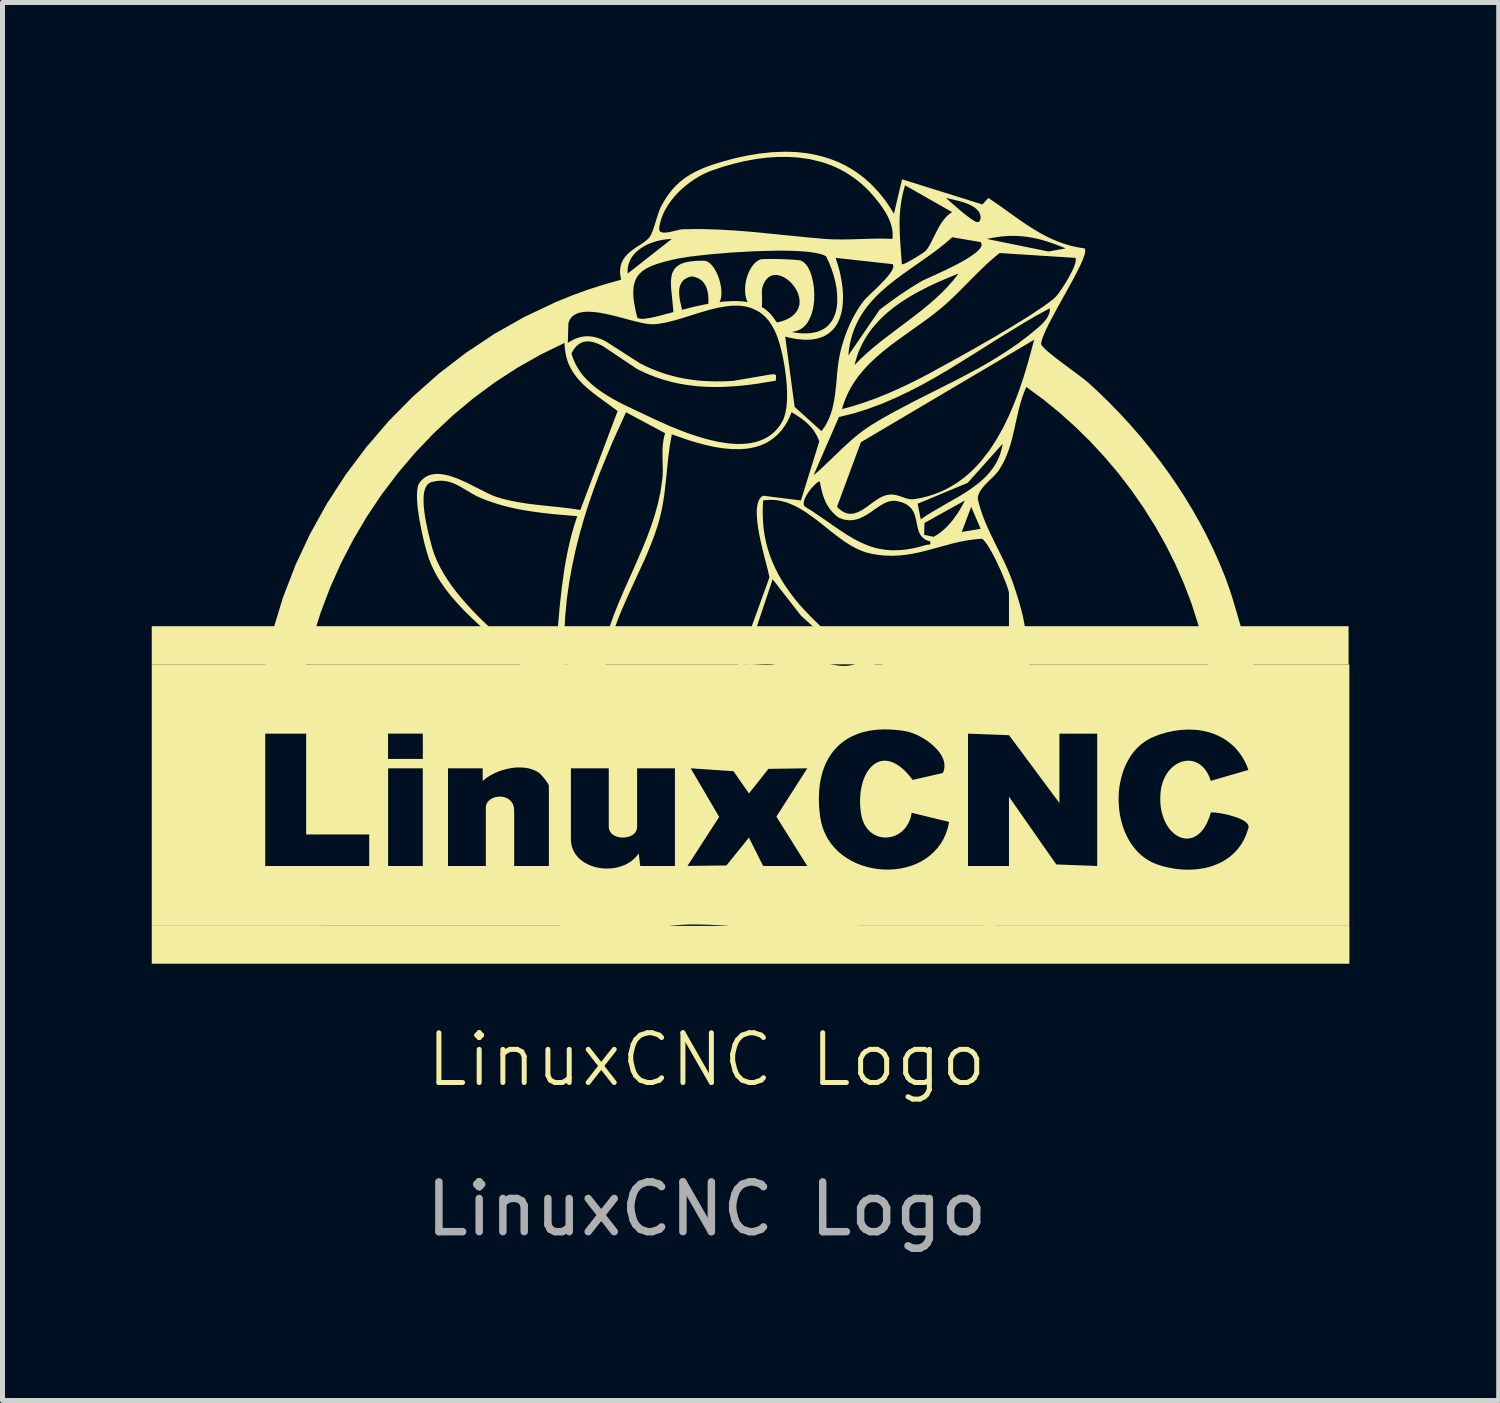
<source format=kicad_pcb>
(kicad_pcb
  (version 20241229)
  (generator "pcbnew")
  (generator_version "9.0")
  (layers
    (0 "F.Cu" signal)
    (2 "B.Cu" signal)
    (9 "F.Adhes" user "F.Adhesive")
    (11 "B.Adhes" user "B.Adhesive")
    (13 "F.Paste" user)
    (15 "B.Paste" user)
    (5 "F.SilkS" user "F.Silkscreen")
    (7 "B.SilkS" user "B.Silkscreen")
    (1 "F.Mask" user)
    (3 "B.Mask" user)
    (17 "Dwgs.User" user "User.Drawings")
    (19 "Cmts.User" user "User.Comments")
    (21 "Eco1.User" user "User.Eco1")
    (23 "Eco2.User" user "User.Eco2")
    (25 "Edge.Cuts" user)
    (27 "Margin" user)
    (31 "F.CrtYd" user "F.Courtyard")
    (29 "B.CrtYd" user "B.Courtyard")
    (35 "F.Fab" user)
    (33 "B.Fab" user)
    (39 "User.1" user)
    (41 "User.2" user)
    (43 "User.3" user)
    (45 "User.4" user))
  (footprint "LinuxCNC Logo"
    (layer "F.Cu")
    (at 11.103 9.811)
    (property "Reference" "LinuxCNC Logo" (at 0.05 8.44 0) (unlocked yes) (layer "F.SilkS") (effects (font (size 1 1) (thickness 0.1))))
    (attr exclude_from_pos_files exclude_from_bom)
    (fp_rect (start -11.103 -0.274) (end 12.953 0.492) (stroke (width 0.001) (type solid)) (fill yes) (layer "F.SilkS"))
    (fp_rect (start -11.103 5.749) (end 12.97 6.51) (stroke (width 0.001) (type solid)) (fill yes) (layer "F.SilkS"))
    (fp_poly (pts (xy 0 -7.62) (xy 0.028 -7.617) (xy 0.055 -7.608) (xy 0.082 -7.594) (xy 0.109 -7.575) (xy 0.134 -7.552) (xy 0.159 -7.525) (xy 0.183 -7.494) (xy 0.206 -7.461) (xy 0.228 -7.424) (xy 0.248 -7.385) (xy 0.267 -7.344) (xy 0.284 -7.301) (xy 0.299 -7.257) (xy 0.313 -7.212) (xy 0.324 -7.167) (xy 0.334 -7.121) (xy 0.341 -7.076) (xy 0.345 -7.031) (xy 0.347 -6.987) (xy 0.347 -6.945) (xy 0.343 -6.904) (xy 0.337 -6.866) (xy 0.327 -6.83) (xy 0.314 -6.797) (xy 0.298 -6.768) (xy 0.279 -6.742) (xy 0.255 -6.72) (xy 0.228 -6.703) (xy 0.197 -6.69) (xy 0.163 -6.683) (xy 0.124 -6.681) (xy 0.08 -6.685) (xy 0.08 -6.685) (xy 0.084 -6.738) (xy 0.086 -6.791) (xy 0.086 -6.843) (xy 0.084 -6.895) (xy 0.082 -6.921) (xy 0.079 -6.946) (xy 0.075 -6.971) (xy 0.07 -6.996) (xy 0.065 -7.019) (xy 0.058 -7.043) (xy 0.051 -7.066) (xy 0.043 -7.088) (xy 0.033 -7.109) (xy 0.023 -7.13) (xy 0.011 -7.149) (xy -0.001 -7.168) (xy -0.015 -7.186) (xy -0.03 -7.203) (xy -0.047 -7.219) (xy -0.064 -7.234) (xy -0.083 -7.247) (xy -0.104 -7.26) (xy -0.126 -7.271) (xy -0.149 -7.28) (xy -0.174 -7.289) (xy -0.2 -7.296) (xy -0.228 -7.301) (xy -0.258 -7.305) (xy -0.291 -7.296) (xy -0.321 -7.285) (xy -0.348 -7.273) (xy -0.373 -7.26) (xy -0.395 -7.245) (xy -0.414 -7.228) (xy -0.432 -7.21) (xy -0.447 -7.191) (xy -0.46 -7.171) (xy -0.471 -7.15) (xy -0.48 -7.127) (xy -0.488 -7.104) (xy -0.494 -7.08) (xy -0.498 -7.055) (xy -0.501 -7.029) (xy -0.502 -7.003) (xy -0.501 -6.949) (xy -0.496 -6.893) (xy -0.488 -6.836) (xy -0.477 -6.779) (xy -0.427 -6.559) (xy -0.616 -6.558) (xy -0.625 -6.679) (xy -0.636 -6.793) (xy -0.658 -7.004) (xy -0.665 -7.099) (xy -0.667 -7.187) (xy -0.665 -7.229) (xy -0.662 -7.268) (xy -0.656 -7.306) (xy -0.648 -7.342) (xy -0.638 -7.376) (xy -0.624 -7.407) (xy -0.607 -7.437) (xy -0.587 -7.465) (xy -0.564 -7.49) (xy -0.536 -7.513) (xy -0.505 -7.535) (xy -0.469 -7.554) (xy -0.429 -7.57) (xy -0.384 -7.585) (xy -0.333 -7.596) (xy -0.278 -7.606) (xy -0.217 -7.613) (xy -0.151 -7.618) (xy -0.079 -7.62)) (stroke (width -0.000001) (type solid)) (fill yes) (layer "F.SilkS"))
    (fp_poly (pts (xy 1.532 -7.653) (xy 1.67 -7.648) (xy 1.794 -7.641) (xy 1.888 -7.633) (xy 1.92 -7.629) (xy 1.938 -7.625) (xy 1.968 -7.612) (xy 1.997 -7.593) (xy 2.024 -7.57) (xy 2.05 -7.541) (xy 2.074 -7.509) (xy 2.096 -7.472) (xy 2.116 -7.431) (xy 2.135 -7.387) (xy 2.152 -7.34) (xy 2.167 -7.291) (xy 2.191 -7.185) (xy 2.207 -7.073) (xy 2.214 -6.957) (xy 2.212 -6.84) (xy 2.2 -6.725) (xy 2.19 -6.669) (xy 2.178 -6.614) (xy 2.163 -6.561) (xy 2.145 -6.511) (xy 2.125 -6.463) (xy 2.102 -6.418) (xy 2.076 -6.376) (xy 2.047 -6.337) (xy 2.015 -6.303) (xy 1.98 -6.273) (xy 1.942 -6.247) (xy 1.901 -6.226) (xy 1.881 -6.219) (xy 1.859 -6.211) (xy 1.833 -6.203) (xy 1.806 -6.196) (xy 1.777 -6.189) (xy 1.747 -6.183) (xy 1.717 -6.178) (xy 1.686 -6.173) (xy 1.655 -6.17) (xy 1.625 -6.168) (xy 1.596 -6.167) (xy 1.569 -6.168) (xy 1.544 -6.17) (xy 1.521 -6.175) (xy 1.51 -6.177) (xy 1.501 -6.181) (xy 1.492 -6.185) (xy 1.484 -6.19) (xy 1.485 -6.19) (xy 1.483 -6.191) (xy 1.482 -6.193) (xy 1.479 -6.198) (xy 1.475 -6.206) (xy 1.471 -6.215) (xy 1.462 -6.239) (xy 1.452 -6.266) (xy 1.441 -6.295) (xy 1.431 -6.323) (xy 1.42 -6.348) (xy 1.415 -6.359) (xy 1.41 -6.368) (xy 1.513 -6.39) (xy 1.603 -6.418) (xy 1.68 -6.451) (xy 1.745 -6.489) (xy 1.799 -6.531) (xy 1.842 -6.577) (xy 1.875 -6.626) (xy 1.898 -6.676) (xy 1.913 -6.729) (xy 1.919 -6.783) (xy 1.917 -6.837) (xy 1.908 -6.891) (xy 1.893 -6.945) (xy 1.872 -6.998) (xy 1.845 -7.049) (xy 1.814 -7.097) (xy 1.779 -7.143) (xy 1.74 -7.185) (xy 1.699 -7.223) (xy 1.655 -7.257) (xy 1.609 -7.285) (xy 1.562 -7.307) (xy 1.515 -7.323) (xy 1.468 -7.333) (xy 1.422 -7.334) (xy 1.377 -7.327) (xy 1.334 -7.312) (xy 1.294 -7.287) (xy 1.257 -7.253) (xy 1.223 -7.208) (xy 1.194 -7.151) (xy 1.17 -7.084) (xy 1.167 -7.071) (xy 1.165 -7.057) (xy 1.162 -7.026) (xy 1.161 -6.99) (xy 1.161 -6.952) (xy 1.164 -6.871) (xy 1.165 -6.829) (xy 1.165 -6.789) (xy 1.164 -6.751) (xy 1.161 -6.716) (xy 1.158 -6.7) (xy 1.155 -6.685) (xy 1.15 -6.671) (xy 1.145 -6.658) (xy 1.139 -6.648) (xy 1.132 -6.638) (xy 1.124 -6.631) (xy 1.114 -6.625) (xy 1.103 -6.621) (xy 1.091 -6.62) (xy 1.078 -6.62) (xy 1.063 -6.623) (xy 1.028 -6.636) (xy 0.995 -6.653) (xy 0.966 -6.673) (xy 0.939 -6.696) (xy 0.916 -6.723) (xy 0.895 -6.751) (xy 0.877 -6.782) (xy 0.862 -6.816) (xy 0.849 -6.851) (xy 0.839 -6.888) (xy 0.831 -6.926) (xy 0.826 -6.965) (xy 0.823 -7.006) (xy 0.823 -7.047) (xy 0.824 -7.089) (xy 0.828 -7.131) (xy 0.834 -7.173) (xy 0.841 -7.214) (xy 0.851 -7.256) (xy 0.863 -7.296) (xy 0.876 -7.336) (xy 0.891 -7.375) (xy 0.908 -7.412) (xy 0.926 -7.447) (xy 0.946 -7.481) (xy 0.968 -7.512) (xy 0.99 -7.542) (xy 1.014 -7.568) (xy 1.04 -7.592) (xy 1.066 -7.613) (xy 1.094 -7.63) (xy 1.122 -7.644) (xy 1.142 -7.648) (xy 1.174 -7.652) (xy 1.269 -7.655) (xy 1.393 -7.656)) (stroke (width -0.000001) (type solid)) (fill yes) (layer "F.SilkS"))
    (fp_poly (pts (xy 1.733 -9.81) (xy 1.852 -9.804) (xy 1.969 -9.793) (xy 2.085 -9.778) (xy 2.199 -9.758) (xy 2.312 -9.732) (xy 2.423 -9.702) (xy 2.532 -9.667) (xy 2.639 -9.627) (xy 2.744 -9.581) (xy 2.847 -9.53) (xy 2.948 -9.472) (xy 3.047 -9.41) (xy 3.143 -9.341) (xy 3.236 -9.266) (xy 3.328 -9.186) (xy 3.416 -9.098) (xy 3.502 -9.005) (xy 3.585 -8.905) (xy 3.665 -8.799) (xy 3.741 -8.685) (xy 3.815 -8.565) (xy 3.978 -9.257) (xy 5.593 -8.752) (xy 5.714 -8.882) (xy 5.944 -8.724) (xy 6.169 -8.563) (xy 6.393 -8.405) (xy 6.506 -8.329) (xy 6.621 -8.256) (xy 6.737 -8.187) (xy 6.856 -8.122) (xy 6.978 -8.062) (xy 7.103 -8.009) (xy 7.232 -7.962) (xy 7.365 -7.922) (xy 7.504 -7.891) (xy 7.648 -7.868) (xy 7.657 -7.85) (xy 7.661 -7.824) (xy 7.658 -7.792) (xy 7.65 -7.754) (xy 7.618 -7.66) (xy 7.569 -7.546) (xy 7.506 -7.417) (xy 7.432 -7.274) (xy 7.263 -6.966) (xy 7.087 -6.65) (xy 6.931 -6.356) (xy 6.867 -6.226) (xy 6.818 -6.111) (xy 6.785 -6.017) (xy 6.777 -5.978) (xy 6.774 -5.945) (xy 6.778 -5.933) (xy 6.786 -5.919) (xy 6.814 -5.885) (xy 6.855 -5.844) (xy 6.908 -5.796) (xy 6.97 -5.744) (xy 7.04 -5.688) (xy 7.194 -5.57) (xy 7.504 -5.339) (xy 7.629 -5.245) (xy 7.712 -5.178) (xy 7.93 -4.977) (xy 8.143 -4.769) (xy 8.352 -4.555) (xy 8.556 -4.333) (xy 8.755 -4.106) (xy 8.947 -3.872) (xy 9.134 -3.632) (xy 9.314 -3.388) (xy 9.487 -3.138) (xy 9.652 -2.884) (xy 9.81 -2.625) (xy 9.959 -2.363) (xy 10.1 -2.097) (xy 10.231 -1.828) (xy 10.353 -1.555) (xy 10.466 -1.281) (xy 10.546 -1.061) (xy 10.619 -0.838) (xy 10.686 -0.613) (xy 10.752 -0.388) (xy 10.817 -0.164) (xy 10.885 0.059) (xy 10.957 0.278) (xy 10.996 0.385) (xy 11.037 0.492) (xy 11.037 0.492) (xy 12.969 0.492) (xy 12.969 5.749) (xy 5.843 5.749) (xy 5.841 5.75) (xy 5.839 5.751) (xy 5.833 5.755) (xy 5.814 5.769) (xy 5.757 5.816) (xy 5.724 5.843) (xy 5.706 5.856) (xy 5.689 5.869) (xy 5.671 5.881) (xy 5.655 5.892) (xy 5.638 5.902) (xy 5.623 5.91) (xy 5.316 6.054) (xy 4.993 6.198) (xy 4.828 6.264) (xy 4.663 6.324) (xy 4.497 6.375) (xy 4.332 6.416) (xy 4.169 6.444) (xy 4.089 6.453) (xy 4.009 6.458) (xy 3.93 6.458) (xy 3.852 6.454) (xy 3.776 6.446) (xy 3.701 6.432) (xy 3.627 6.413) (xy 3.555 6.389) (xy 3.484 6.359) (xy 3.415 6.322) (xy 3.348 6.28) (xy 3.283 6.231) (xy 3.22 6.175) (xy 3.16 6.112) (xy 3.129 6.077) (xy 3.099 6.039) (xy 3.069 6) (xy 3.04 5.958) (xy 3.012 5.914) (xy 2.985 5.869) (xy 2.958 5.82) (xy 2.933 5.77) (xy 2.754 5.79) (xy 2.572 5.806) (xy 2.388 5.816) (xy 2.203 5.822) (xy 2.017 5.824) (xy 1.832 5.823) (xy 1.469 5.816) (xy 1.206 5.803) (xy 0.938 5.784) (xy 0.487 5.749) (xy 3.087 5.749) (xy 3.094 5.772) (xy 3.102 5.795) (xy 3.11 5.817) (xy 3.118 5.838) (xy 3.127 5.859) (xy 3.135 5.879) (xy 3.144 5.898) (xy 3.154 5.917) (xy 3.163 5.936) (xy 3.173 5.954) (xy 3.183 5.972) (xy 3.193 5.989) (xy 3.203 6.005) (xy 3.214 6.021) (xy 3.225 6.037) (xy 3.236 6.052) (xy 3.261 6.083) (xy 3.287 6.112) (xy 3.314 6.139) (xy 3.342 6.164) (xy 3.371 6.187) (xy 3.401 6.208) (xy 3.431 6.227) (xy 3.463 6.244) (xy 3.496 6.26) (xy 3.529 6.273) (xy 3.598 6.297) (xy 3.67 6.314) (xy 3.745 6.326) (xy 3.823 6.333) (xy 3.903 6.336) (xy 3.985 6.335) (xy 4.069 6.33) (xy 4.155 6.323) (xy 4.242 6.314) (xy 4.42 6.291) (xy 5.621 5.749) (xy 3.087 5.749) (xy 0.487 5.749) (xy 0.395 5.742) (xy 0.122 5.727) (xy -0.15 5.72) (xy -0.285 5.721) (xy -0.419 5.726) (xy -0.552 5.735) (xy -0.684 5.748) (xy -0.723 5.754) (xy -0.76 5.762) (xy -0.797 5.772) (xy -0.833 5.784) (xy -0.868 5.796) (xy -0.903 5.81) (xy -0.972 5.84) (xy -1.041 5.869) (xy -1.075 5.883) (xy -1.11 5.897) (xy -1.146 5.909) (xy -1.182 5.919) (xy -1.22 5.928) (xy -1.258 5.934) (xy -1.363 5.946) (xy -1.468 5.952) (xy -1.572 5.954) (xy -1.676 5.952) (xy -1.779 5.945) (xy -1.881 5.935) (xy -1.983 5.922) (xy -2.085 5.907) (xy -2.288 5.871) (xy -2.49 5.829) (xy -2.693 5.787) (xy -2.897 5.747) (xy -11.103 5.749) (xy -11.103 4.545) (xy -8.822 4.545) (xy -6.732 4.545) (xy -6.352 4.545) (xy -5.655 4.545) (xy -5.655 2.582) (xy -5.148 2.582) (xy -5.148 4.546) (xy -4.388 4.546) (xy -4.388 3.374) (xy -4.386 3.348) (xy -4.382 3.324) (xy -4.374 3.301) (xy -4.364 3.279) (xy -4.351 3.259) (xy -4.335 3.241) (xy -4.318 3.224) (xy -4.299 3.209) (xy -4.278 3.195) (xy -4.256 3.184) (xy -4.232 3.173) (xy -4.208 3.165) (xy -4.182 3.159) (xy -4.156 3.154) (xy -4.13 3.151) (xy -4.103 3.15) (xy -4.076 3.152) (xy -4.05 3.155) (xy -4.024 3.16) (xy -3.998 3.168) (xy -3.974 3.177) (xy -3.95 3.189) (xy -3.928 3.203) (xy -3.907 3.219) (xy -3.888 3.238) (xy -3.871 3.259) (xy -3.855 3.282) (xy -3.842 3.308) (xy -3.832 3.337) (xy -3.824 3.367) (xy -3.82 3.401) (xy -3.818 3.437) (xy -3.818 4.545) (xy -3.121 4.545) (xy -3.121 4.007) (xy -2.678 4.007) (xy -2.675 4.065) (xy -2.666 4.121) (xy -2.652 4.173) (xy -2.633 4.223) (xy -2.609 4.27) (xy -2.581 4.314) (xy -2.549 4.355) (xy -2.513 4.392) (xy -2.473 4.427) (xy -2.431 4.459) (xy -2.385 4.487) (xy -2.337 4.512) (xy -2.287 4.534) (xy -2.234 4.553) (xy -2.18 4.569) (xy -2.125 4.581) (xy -2.069 4.59) (xy -2.012 4.595) (xy -1.955 4.597) (xy -1.897 4.595) (xy -1.84 4.59) (xy -1.783 4.582) (xy -1.727 4.569) (xy -1.673 4.553) (xy -1.62 4.534) (xy -1.568 4.511) (xy -1.519 4.484) (xy -1.472 4.453) (xy -1.428 4.419) (xy -1.387 4.38) (xy -1.349 4.338) (xy -1.315 4.292) (xy -1.284 4.546) (xy -0.587 4.545) (xy -0.587 4.544) (xy -0.334 4.544) (xy 0.448 4.535) (xy 0.901 3.975) (xy 1.186 4.545) (xy 1.186 4.545) (xy 2.073 4.545) (xy 1.452 3.553) (xy 1.659 3.23) (xy 2.306 3.23) (xy 2.31 3.336) (xy 2.319 3.446) (xy 2.332 3.558) (xy 2.332 3.558) (xy 2.355 3.679) (xy 2.389 3.793) (xy 2.433 3.9) (xy 2.486 4) (xy 2.549 4.093) (xy 2.619 4.178) (xy 2.697 4.256) (xy 2.781 4.326) (xy 2.872 4.389) (xy 2.967 4.445) (xy 3.067 4.493) (xy 3.171 4.533) (xy 3.278 4.565) (xy 3.387 4.59) (xy 3.498 4.607) (xy 3.609 4.616) (xy 3.721 4.618) (xy 3.832 4.611) (xy 3.942 4.597) (xy 4.05 4.574) (xy 4.149 4.545) (xy 5.304 4.545) (xy 6.127 4.545) (xy 6.127 3.152) (xy 7.078 4.514) (xy 7.901 4.545) (xy 7.901 3.159) (xy 8.331 3.159) (xy 8.331 3.261) (xy 8.338 3.363) (xy 8.349 3.464) (xy 8.367 3.564) (xy 8.39 3.662) (xy 8.419 3.758) (xy 8.453 3.851) (xy 8.493 3.94) (xy 8.539 4.026) (xy 8.59 4.108) (xy 8.647 4.184) (xy 8.71 4.256) (xy 8.778 4.321) (xy 8.851 4.38) (xy 8.93 4.432) (xy 9.015 4.477) (xy 9.105 4.513) (xy 9.172 4.535) (xy 9.239 4.555) (xy 9.308 4.572) (xy 9.377 4.586) (xy 9.446 4.598) (xy 9.516 4.608) (xy 9.587 4.614) (xy 9.657 4.618) (xy 9.727 4.62) (xy 9.796 4.618) (xy 9.866 4.614) (xy 9.934 4.607) (xy 10.002 4.597) (xy 10.069 4.585) (xy 10.135 4.569) (xy 10.199 4.55) (xy 10.262 4.528) (xy 10.324 4.503) (xy 10.384 4.475) (xy 10.442 4.443) (xy 10.497 4.409) (xy 10.551 4.371) (xy 10.602 4.33) (xy 10.651 4.285) (xy 10.697 4.237) (xy 10.741 4.186) (xy 10.781 4.131) (xy 10.818 4.073) (xy 10.852 4.011) (xy 10.882 3.945) (xy 10.909 3.876) (xy 10.932 3.803) (xy 10.932 3.803) (xy 10.94 3.782) (xy 10.944 3.761) (xy 10.942 3.741) (xy 10.936 3.722) (xy 10.925 3.703) (xy 10.911 3.685) (xy 10.893 3.668) (xy 10.871 3.651) (xy 10.846 3.635) (xy 10.819 3.619) (xy 10.758 3.59) (xy 10.689 3.564) (xy 10.616 3.541) (xy 10.542 3.52) (xy 10.468 3.503) (xy 10.397 3.489) (xy 10.332 3.479) (xy 10.276 3.471) (xy 10.231 3.468) (xy 10.2 3.468) (xy 10.19 3.469) (xy 10.184 3.471) (xy 10.158 3.555) (xy 10.129 3.631) (xy 10.098 3.699) (xy 10.063 3.76) (xy 10.026 3.813) (xy 9.988 3.859) (xy 9.947 3.898) (xy 9.905 3.93) (xy 9.862 3.956) (xy 9.818 3.974) (xy 9.773 3.987) (xy 9.728 3.993) (xy 9.683 3.994) (xy 9.638 3.988) (xy 9.593 3.976) (xy 9.55 3.96) (xy 9.507 3.937) (xy 9.465 3.91) (xy 9.425 3.877) (xy 9.387 3.839) (xy 9.351 3.797) (xy 9.318 3.75) (xy 9.287 3.699) (xy 9.259 3.643) (xy 9.234 3.583) (xy 9.213 3.52) (xy 9.195 3.452) (xy 9.182 3.381) (xy 9.173 3.307) (xy 9.168 3.229) (xy 9.169 3.148) (xy 9.174 3.064) (xy 9.182 3.002) (xy 9.194 2.942) (xy 9.21 2.885) (xy 9.228 2.831) (xy 9.25 2.78) (xy 9.274 2.733) (xy 9.301 2.688) (xy 9.33 2.647) (xy 9.362 2.609) (xy 9.395 2.574) (xy 9.43 2.543) (xy 9.467 2.516) (xy 9.505 2.492) (xy 9.544 2.471) (xy 9.584 2.455) (xy 9.625 2.443) (xy 9.666 2.434) (xy 9.707 2.43) (xy 9.748 2.429) (xy 9.789 2.433) (xy 9.83 2.441) (xy 9.87 2.454) (xy 9.909 2.471) (xy 9.947 2.492) (xy 9.983 2.518) (xy 10.018 2.549) (xy 10.052 2.584) (xy 10.083 2.624) (xy 10.112 2.669) (xy 10.139 2.719) (xy 10.163 2.774) (xy 10.184 2.834) (xy 10.94 2.614) (xy 10.912 2.539) (xy 10.88 2.468) (xy 10.844 2.401) (xy 10.806 2.337) (xy 10.764 2.278) (xy 10.72 2.222) (xy 10.673 2.169) (xy 10.623 2.121) (xy 10.571 2.076) (xy 10.516 2.034) (xy 10.459 1.996) (xy 10.4 1.962) (xy 10.34 1.931) (xy 10.277 1.903) (xy 10.213 1.879) (xy 10.147 1.858) (xy 10.08 1.841) (xy 10.012 1.827) (xy 9.943 1.816) (xy 9.873 1.808) (xy 9.731 1.803) (xy 9.587 1.81) (xy 9.443 1.829) (xy 9.299 1.86) (xy 9.157 1.902) (xy 9.018 1.956) (xy 8.931 1.999) (xy 8.85 2.05) (xy 8.775 2.107) (xy 8.706 2.171) (xy 8.643 2.241) (xy 8.586 2.317) (xy 8.535 2.397) (xy 8.489 2.482) (xy 8.449 2.571) (xy 8.415 2.664) (xy 8.387 2.759) (xy 8.364 2.857) (xy 8.347 2.956) (xy 8.336 3.057) (xy 8.331 3.159) (xy 7.901 3.159) (xy 7.901 1.885) (xy 7.141 1.885) (xy 7.141 3.279) (xy 6.128 1.916) (xy 5.304 1.885) (xy 5.304 4.545) (xy 4.149 4.545) (xy 4.155 4.543) (xy 4.257 4.505) (xy 4.354 4.458) (xy 4.447 4.403) (xy 4.534 4.339) (xy 4.614 4.267) (xy 4.688 4.187) (xy 4.754 4.099) (xy 4.811 4.002) (xy 4.859 3.896) (xy 4.897 3.782) (xy 4.924 3.659) (xy 4.171 3.476) (xy 4.16 3.534) (xy 4.145 3.589) (xy 4.126 3.64) (xy 4.104 3.687) (xy 4.078 3.731) (xy 4.05 3.772) (xy 4.019 3.808) (xy 3.986 3.841) (xy 3.95 3.871) (xy 3.913 3.897) (xy 3.874 3.919) (xy 3.834 3.937) (xy 3.792 3.952) (xy 3.75 3.962) (xy 3.707 3.969) (xy 3.664 3.973) (xy 3.621 3.972) (xy 3.579 3.968) (xy 3.537 3.96) (xy 3.495 3.948) (xy 3.455 3.932) (xy 3.416 3.912) (xy 3.378 3.888) (xy 3.342 3.861) (xy 3.309 3.829) (xy 3.278 3.794) (xy 3.249 3.754) (xy 3.223 3.711) (xy 3.201 3.663) (xy 3.181 3.611) (xy 3.166 3.556) (xy 3.154 3.496) (xy 3.144 3.417) (xy 3.137 3.338) (xy 3.134 3.262) (xy 3.135 3.187) (xy 3.14 3.114) (xy 3.147 3.044) (xy 3.159 2.976) (xy 3.173 2.911) (xy 3.191 2.849) (xy 3.211 2.79) (xy 3.235 2.735) (xy 3.261 2.684) (xy 3.29 2.636) (xy 3.321 2.593) (xy 3.355 2.555) (xy 3.391 2.521) (xy 3.429 2.492) (xy 3.47 2.468) (xy 3.512 2.45) (xy 3.556 2.437) (xy 3.602 2.43) (xy 3.65 2.43) (xy 3.699 2.435) (xy 3.749 2.448) (xy 3.801 2.467) (xy 3.854 2.494) (xy 3.908 2.527) (xy 3.964 2.569) (xy 4.02 2.618) (xy 4.076 2.675) (xy 4.133 2.741) (xy 4.191 2.815) (xy 4.797 2.677) (xy 4.812 2.642) (xy 4.822 2.606) (xy 4.829 2.57) (xy 4.831 2.535) (xy 4.829 2.5) (xy 4.824 2.464) (xy 4.816 2.429) (xy 4.804 2.395) (xy 4.789 2.36) (xy 4.771 2.326) (xy 4.751 2.293) (xy 4.728 2.26) (xy 4.703 2.228) (xy 4.676 2.197) (xy 4.617 2.137) (xy 4.551 2.08) (xy 4.482 2.028) (xy 4.409 1.981) (xy 4.334 1.939) (xy 4.26 1.903) (xy 4.188 1.874) (xy 4.118 1.851) (xy 4.054 1.837) (xy 3.939 1.819) (xy 3.827 1.808) (xy 3.72 1.801) (xy 3.615 1.8) (xy 3.515 1.803) (xy 3.418 1.812) (xy 3.325 1.826) (xy 3.236 1.845) (xy 3.151 1.868) (xy 3.069 1.897) (xy 2.992 1.93) (xy 2.918 1.967) (xy 2.848 2.009) (xy 2.783 2.056) (xy 2.721 2.106) (xy 2.664 2.162) (xy 2.61 2.221) (xy 2.561 2.284) (xy 2.516 2.352) (xy 2.475 2.423) (xy 2.439 2.498) (xy 2.407 2.577) (xy 2.379 2.66) (xy 2.356 2.746) (xy 2.337 2.836) (xy 2.322 2.93) (xy 2.313 3.026) (xy 2.307 3.126) (xy 2.306 3.23) (xy 1.659 3.23) (xy 2.073 2.582) (xy 1.293 2.593) (xy 0.901 3.087) (xy 0.59 2.64) (xy -0.27 2.582) (xy 0.302 3.559) (xy -0.334 4.544) (xy -0.587 4.544) (xy -0.587 2.582) (xy -1.347 2.582) (xy -1.347 3.754) (xy -1.349 3.78) (xy -1.354 3.805) (xy -1.361 3.828) (xy -1.372 3.85) (xy -1.385 3.87) (xy -1.4 3.888) (xy -1.417 3.904) (xy -1.436 3.919) (xy -1.457 3.931) (xy -1.48 3.943) (xy -1.503 3.952) (xy -1.528 3.96) (xy -1.553 3.966) (xy -1.579 3.97) (xy -1.606 3.973) (xy -1.632 3.974) (xy -1.659 3.973) (xy -1.686 3.97) (xy -1.712 3.966) (xy -1.737 3.96) (xy -1.762 3.952) (xy -1.785 3.943) (xy -1.807 3.931) (xy -1.828 3.919) (xy -1.848 3.904) (xy -1.865 3.888) (xy -1.88 3.87) (xy -1.893 3.85) (xy -1.903 3.828) (xy -1.911 3.805) (xy -1.916 3.78) (xy -1.917 3.754) (xy -1.917 2.582) (xy -2.678 2.582) (xy -2.678 4.007) (xy -3.121 4.007) (xy -3.121 2.931) (xy -3.122 2.927) (xy -3.123 2.922) (xy -3.128 2.911) (xy -3.135 2.897) (xy -3.144 2.881) (xy -3.156 2.863) (xy -3.169 2.844) (xy -3.184 2.824) (xy -3.199 2.804) (xy -3.215 2.784) (xy -3.231 2.764) (xy -3.247 2.745) (xy -3.262 2.728) (xy -3.277 2.712) (xy -3.291 2.698) (xy -3.302 2.687) (xy -3.313 2.678) (xy -3.342 2.658) (xy -3.373 2.64) (xy -3.405 2.624) (xy -3.439 2.611) (xy -3.473 2.598) (xy -3.509 2.588) (xy -3.545 2.58) (xy -3.582 2.573) (xy -3.62 2.569) (xy -3.658 2.566) (xy -3.736 2.564) (xy -3.816 2.569) (xy -3.895 2.58) (xy -3.975 2.597) (xy -4.053 2.618) (xy -4.129 2.645) (xy -4.202 2.675) (xy -4.271 2.71) (xy -4.337 2.749) (xy -4.397 2.791) (xy -4.451 2.836) (xy -4.451 2.582) (xy -5.148 2.582) (xy -5.655 2.582) (xy -5.655 2.582) (xy -6.352 2.582) (xy -6.352 4.545) (xy -6.732 4.545) (xy -6.732 3.912) (xy -7.999 3.912) (xy -7.999 2.393) (xy -6.353 2.393) (xy -5.654 2.393) (xy -5.654 1.884) (xy -6.353 1.884) (xy -6.353 2.393) (xy -7.999 2.393) (xy -7.999 1.885) (xy -8.822 1.885) (xy -8.822 4.545) (xy -11.103 4.545) (xy -11.103 0.492) (xy -8.822 0.492) (xy -8.822 0.492) (xy -7.999 0.492) (xy -3.691 0.492) (xy -3.809 0.368) (xy -3.933 0.246) (xy -4.193 0.004) (xy -4.459 -0.239) (xy -4.722 -0.488) (xy -4.849 -0.615) (xy -4.971 -0.746) (xy -5.087 -0.881) (xy -5.196 -1.019) (xy -5.296 -1.163) (xy -5.342 -1.236) (xy -5.386 -1.311) (xy -5.426 -1.388) (xy -5.464 -1.466) (xy -5.499 -1.546) (xy -5.531 -1.627) (xy -5.575 -1.766) (xy -5.626 -1.956) (xy -5.677 -2.179) (xy -5.723 -2.417) (xy -5.742 -2.536) (xy -5.757 -2.651) (xy -5.767 -2.762) (xy -5.768 -2.787) (xy -5.64 -2.787) (xy -5.636 -2.689) (xy -5.625 -2.586) (xy -5.611 -2.481) (xy -5.592 -2.376) (xy -5.55 -2.176) (xy -5.507 -2.003) (xy -5.473 -1.875) (xy -5.453 -1.806) (xy -5.429 -1.737) (xy -5.403 -1.668) (xy -5.375 -1.6) (xy -5.31 -1.465) (xy -5.236 -1.332) (xy -5.153 -1.201) (xy -5.063 -1.072) (xy -4.967 -0.946) (xy -4.865 -0.822) (xy -4.759 -0.702) (xy -4.65 -0.584) (xy -4.538 -0.469) (xy -4.425 -0.358) (xy -4.199 -0.146) (xy -3.978 0.05) (xy -3.863 0.151) (xy -3.808 0.197) (xy -3.755 0.24) (xy -3.703 0.28) (xy -3.65 0.317) (xy -3.597 0.349) (xy -3.543 0.377) (xy -3.487 0.401) (xy -3.458 0.412) (xy -3.429 0.421) (xy -3.399 0.429) (xy -3.368 0.435) (xy -3.336 0.441) (xy -3.303 0.445) (xy -3.27 0.447) (xy -3.235 0.449) (xy -3.198 0.448) (xy -3.161 0.447) (xy -3.122 0.444) (xy -3.082 0.439) (xy -2.997 0.425) (xy -2.997 0.425) (xy -2.975 0.158) (xy -2.815 0.158) (xy -2.805 0.492) (xy -2.802 0.492) (xy -1.981 0.492) (xy 0.68 0.492) (xy 0.68 0.491) (xy 0.806 0.491) (xy 0.842 0.488) (xy 0.879 0.487) (xy 0.916 0.486) (xy 0.954 0.487) (xy 1.032 0.491) (xy 1.111 0.496) (xy 1.189 0.5) (xy 1.227 0.502) (xy 1.265 0.502) (xy 1.302 0.502) (xy 1.338 0.5) (xy 1.373 0.496) (xy 1.407 0.491) (xy 1.422 0.488) (xy 1.435 0.484) (xy 1.448 0.479) (xy 1.46 0.474) (xy 1.472 0.468) (xy 1.483 0.462) (xy 1.494 0.455) (xy 1.505 0.448) (xy 1.525 0.433) (xy 1.544 0.417) (xy 1.581 0.383) (xy 1.6 0.367) (xy 1.621 0.351) (xy 1.631 0.344) (xy 1.642 0.337) (xy 1.654 0.33) (xy 1.665 0.324) (xy 1.678 0.318) (xy 1.691 0.313) (xy 1.705 0.308) (xy 1.719 0.305) (xy 1.735 0.301) (xy 1.751 0.299) (xy 1.768 0.298) (xy 1.786 0.297) (xy 1.847 0.3) (xy 1.913 0.31) (xy 1.983 0.325) (xy 2.056 0.345) (xy 2.373 0.444) (xy 2.456 0.468) (xy 2.539 0.489) (xy 2.622 0.506) (xy 2.705 0.518) (xy 2.787 0.524) (xy 2.828 0.524) (xy 2.868 0.522) (xy 2.908 0.518) (xy 2.947 0.511) (xy 2.985 0.503) (xy 3.023 0.491) (xy 1.945 -0.488) (xy 1.377 -1.218) (xy 1.377 -1.218) (xy 0.806 0.491) (xy 0.68 0.491) (xy 1.313 -1.256) (xy 1.279 -1.41) (xy 1.224 -1.621) (xy 1.162 -1.87) (xy 1.132 -2.001) (xy 1.105 -2.133) (xy 1.083 -2.263) (xy 1.067 -2.389) (xy 1.059 -2.498) (xy 1.178 -2.498) (xy 1.185 -2.352) (xy 1.199 -2.21) (xy 1.221 -2.072) (xy 1.25 -1.938) (xy 1.286 -1.806) (xy 1.329 -1.677) (xy 1.379 -1.551) (xy 1.436 -1.426) (xy 1.499 -1.304) (xy 1.569 -1.183) (xy 1.646 -1.064) (xy 1.729 -0.946) (xy 1.818 -0.828) (xy 1.914 -0.711) (xy 1.914 -0.711) (xy 2.022 -0.592) (xy 2.172 -0.437) (xy 2.352 -0.261) (xy 2.549 -0.078) (xy 2.748 0.098) (xy 2.845 0.179) (xy 2.937 0.253) (xy 3.024 0.318) (xy 3.103 0.373) (xy 3.172 0.414) (xy 3.231 0.442) (xy 3.261 0.453) (xy 3.29 0.462) (xy 3.318 0.47) (xy 3.346 0.477) (xy 3.372 0.483) (xy 3.398 0.487) (xy 3.424 0.49) (xy 3.448 0.492) (xy 3.496 0.494) (xy 3.543 0.493) (xy 3.587 0.489) (xy 3.631 0.482) (xy 3.675 0.475) (xy 3.718 0.466) (xy 3.807 0.448) (xy 3.853 0.44) (xy 3.901 0.433) (xy 3.95 0.428) (xy 4.003 0.426) (xy 6.127 0.428) (xy 6.127 -0.933) (xy 6.123 -0.966) (xy 6.11 -1.015) (xy 6.089 -1.078) (xy 6.062 -1.152) (xy 5.992 -1.324) (xy 5.907 -1.513) (xy 5.862 -1.606) (xy 5.815 -1.697) (xy 5.77 -1.782) (xy 5.725 -1.858) (xy 5.683 -1.924) (xy 5.643 -1.977) (xy 5.625 -1.997) (xy 5.608 -2.014) (xy 5.592 -2.026) (xy 5.578 -2.033) (xy 5.427 -2.019) (xy 5.28 -1.998) (xy 5.138 -1.971) (xy 5 -1.939) (xy 4.467 -1.794) (xy 4.335 -1.761) (xy 4.201 -1.733) (xy 4.065 -1.711) (xy 3.926 -1.696) (xy 3.784 -1.69) (xy 3.636 -1.694) (xy 3.56 -1.701) (xy 3.483 -1.71) (xy 3.404 -1.723) (xy 3.323 -1.74) (xy 3.254 -1.758) (xy 3.186 -1.781) (xy 3.119 -1.809) (xy 3.053 -1.84) (xy 2.987 -1.875) (xy 2.922 -1.912) (xy 2.794 -1.996) (xy 2.668 -2.088) (xy 2.543 -2.186) (xy 2.293 -2.385) (xy 2.166 -2.48) (xy 2.038 -2.569) (xy 1.907 -2.649) (xy 1.84 -2.684) (xy 1.772 -2.716) (xy 1.704 -2.744) (xy 1.695 -2.747) (xy 2.002 -2.747) (xy 2.002 -2.73) (xy 2.005 -2.713) (xy 2.01 -2.698) (xy 2.018 -2.684) (xy 2.179 -2.582) (xy 2.331 -2.48) (xy 2.613 -2.284) (xy 2.747 -2.193) (xy 2.879 -2.107) (xy 3.01 -2.029) (xy 3.143 -1.96) (xy 3.278 -1.902) (xy 3.348 -1.877) (xy 3.418 -1.856) (xy 3.491 -1.837) (xy 3.565 -1.823) (xy 3.641 -1.811) (xy 3.72 -1.804) (xy 3.801 -1.801) (xy 3.885 -1.802) (xy 3.972 -1.807) (xy 4.062 -1.817) (xy 4.155 -1.832) (xy 4.253 -1.852) (xy 4.353 -1.877) (xy 4.458 -1.907) (xy 4.464 -1.908) (xy 4.47 -1.91) (xy 4.475 -1.911) (xy 4.48 -1.911) (xy 4.49 -1.912) (xy 4.5 -1.913) (xy 4.517 -1.914) (xy 4.524 -1.914) (xy 4.527 -1.915) (xy 4.53 -1.915) (xy 4.533 -1.916) (xy 4.536 -1.917) (xy 4.538 -1.919) (xy 4.54 -1.921) (xy 4.542 -1.923) (xy 4.543 -1.925) (xy 4.545 -1.928) (xy 4.546 -1.931) (xy 4.547 -1.935) (xy 4.547 -1.939) (xy 4.547 -1.944) (xy 4.547 -1.95) (xy 4.547 -1.956) (xy 4.546 -1.962) (xy 4.545 -1.97) (xy 4.543 -1.978) (xy 4.503 -1.99) (xy 4.467 -2.005) (xy 4.436 -2.022) (xy 4.409 -2.042) (xy 4.385 -2.064) (xy 4.364 -2.087) (xy 4.348 -2.111) (xy 4.423 -2.111) (xy 4.614 -2.071) (xy 4.614 -2.071) (xy 4.667 -2.103) (xy 4.717 -2.136) (xy 4.761 -2.169) (xy 5.178 -2.169) (xy 5.558 -2.232) (xy 5.368 -2.674) (xy 5.178 -2.169) (xy 4.761 -2.169) (xy 4.766 -2.173) (xy 4.813 -2.212) (xy 4.858 -2.253) (xy 4.9 -2.296) (xy 4.941 -2.341) (xy 4.981 -2.388) (xy 5.018 -2.436) (xy 5.054 -2.486) (xy 5.089 -2.536) (xy 5.122 -2.588) (xy 5.154 -2.641) (xy 5.184 -2.694) (xy 5.213 -2.747) (xy 5.241 -2.801) (xy 4.428 -2.349) (xy 4.423 -2.111) (xy 4.348 -2.111) (xy 4.347 -2.113) (xy 4.332 -2.14) (xy 4.319 -2.168) (xy 4.308 -2.197) (xy 4.299 -2.228) (xy 4.291 -2.259) (xy 4.264 -2.39) (xy 4.249 -2.455) (xy 4.24 -2.488) (xy 4.23 -2.519) (xy 4.218 -2.55) (xy 4.203 -2.58) (xy 4.186 -2.609) (xy 4.166 -2.637) (xy 4.143 -2.663) (xy 4.116 -2.688) (xy 4.086 -2.711) (xy 4.051 -2.731) (xy 4.041 -2.736) (xy 4.292 -2.736) (xy 4.354 -2.422) (xy 4.47 -2.501) (xy 4.591 -2.576) (xy 4.846 -2.724) (xy 5.04 -2.835) (xy 5.5 -2.835) (xy 5.528 -2.721) (xy 5.561 -2.61) (xy 5.598 -2.501) (xy 5.639 -2.394) (xy 5.684 -2.289) (xy 5.731 -2.184) (xy 5.83 -1.978) (xy 6.033 -1.567) (xy 6.081 -1.462) (xy 6.126 -1.357) (xy 6.169 -1.25) (xy 6.209 -1.141) (xy 6.268 -0.964) (xy 6.327 -0.775) (xy 6.381 -0.58) (xy 6.405 -0.48) (xy 6.426 -0.38) (xy 6.444 -0.28) (xy 6.459 -0.18) (xy 6.47 -0.081) (xy 6.477 0.017) (xy 6.478 0.113) (xy 6.474 0.208) (xy 6.464 0.3) (xy 6.448 0.389) (xy 6.539 0.492) (xy 10.118 0.492) (xy 10.033 0.078) (xy 9.924 -0.331) (xy 9.794 -0.736) (xy 9.642 -1.134) (xy 9.47 -1.525) (xy 9.278 -1.908) (xy 9.067 -2.282) (xy 8.839 -2.646) (xy 8.594 -2.999) (xy 8.333 -3.34) (xy 8.056 -3.668) (xy 7.766 -3.982) (xy 7.461 -4.282) (xy 7.144 -4.566) (xy 6.816 -4.833) (xy 6.476 -5.083) (xy 6.433 -4.981) (xy 6.395 -4.878) (xy 6.363 -4.773) (xy 6.333 -4.666) (xy 6.283 -4.452) (xy 6.235 -4.236) (xy 6.184 -4.022) (xy 6.154 -3.916) (xy 6.12 -3.812) (xy 6.081 -3.709) (xy 6.037 -3.608) (xy 5.986 -3.51) (xy 5.927 -3.414) (xy 5.902 -3.38) (xy 5.874 -3.347) (xy 5.843 -3.313) (xy 5.81 -3.278) (xy 5.739 -3.209) (xy 5.669 -3.139) (xy 5.635 -3.103) (xy 5.604 -3.066) (xy 5.575 -3.029) (xy 5.562 -3.01) (xy 5.55 -2.992) (xy 5.539 -2.973) (xy 5.53 -2.953) (xy 5.521 -2.934) (xy 5.514 -2.915) (xy 5.508 -2.895) (xy 5.503 -2.875) (xy 5.501 -2.855) (xy 5.5 -2.835) (xy 5.04 -2.835) (xy 5.106 -2.872) (xy 5.233 -2.95) (xy 5.356 -3.031) (xy 5.474 -3.117) (xy 5.53 -3.162) (xy 5.584 -3.209) (xy 5.636 -3.257) (xy 5.686 -3.308) (xy 5.732 -3.36) (xy 5.776 -3.414) (xy 5.817 -3.471) (xy 5.855 -3.53) (xy 5.889 -3.591) (xy 5.919 -3.655) (xy 5.946 -3.722) (xy 5.968 -3.792) (xy 5.986 -3.865) (xy 6 -3.941) (xy 5.298 -3.156) (xy 4.292 -2.736) (xy 4.041 -2.736) (xy 4.012 -2.75) (xy 3.967 -2.766) (xy 3.918 -2.78) (xy 3.863 -2.791) (xy 3.828 -2.795) (xy 3.795 -2.795) (xy 3.761 -2.791) (xy 3.728 -2.785) (xy 3.696 -2.775) (xy 3.663 -2.763) (xy 3.631 -2.748) (xy 3.598 -2.732) (xy 3.534 -2.694) (xy 3.469 -2.651) (xy 3.338 -2.559) (xy 3.27 -2.516) (xy 3.199 -2.476) (xy 3.163 -2.459) (xy 3.127 -2.443) (xy 3.089 -2.43) (xy 3.051 -2.419) (xy 3.011 -2.411) (xy 2.971 -2.406) (xy 2.93 -2.404) (xy 2.888 -2.406) (xy 2.845 -2.412) (xy 2.8 -2.421) (xy 2.755 -2.436) (xy 2.708 -2.455) (xy 2.708 -2.455) (xy 2.662 -2.489) (xy 2.621 -2.525) (xy 2.583 -2.563) (xy 2.548 -2.603) (xy 2.517 -2.643) (xy 2.496 -2.675) (xy 2.671 -2.675) (xy 2.707 -2.64) (xy 2.742 -2.61) (xy 2.777 -2.585) (xy 2.811 -2.566) (xy 2.845 -2.552) (xy 2.878 -2.541) (xy 2.911 -2.536) (xy 2.944 -2.534) (xy 2.977 -2.535) (xy 3.009 -2.541) (xy 3.041 -2.549) (xy 3.073 -2.56) (xy 3.105 -2.573) (xy 3.136 -2.589) (xy 3.168 -2.606) (xy 3.199 -2.625) (xy 3.261 -2.667) (xy 3.323 -2.712) (xy 3.385 -2.758) (xy 3.448 -2.802) (xy 3.511 -2.843) (xy 3.543 -2.86) (xy 3.575 -2.877) (xy 3.607 -2.891) (xy 3.639 -2.902) (xy 3.672 -2.911) (xy 3.705 -2.917) (xy 3.725 -2.919) (xy 3.745 -2.92) (xy 3.764 -2.921) (xy 3.782 -2.92) (xy 3.8 -2.919) (xy 3.818 -2.917) (xy 3.835 -2.914) (xy 3.852 -2.911) (xy 3.885 -2.903) (xy 3.916 -2.894) (xy 3.947 -2.884) (xy 3.978 -2.873) (xy 4.038 -2.852) (xy 4.068 -2.842) (xy 4.098 -2.835) (xy 4.129 -2.829) (xy 4.145 -2.827) (xy 4.161 -2.826) (xy 4.178 -2.825) (xy 4.195 -2.825) (xy 4.212 -2.827) (xy 4.229 -2.829) (xy 4.229 -2.829) (xy 4.369 -2.854) (xy 4.504 -2.888) (xy 4.634 -2.93) (xy 4.758 -2.979) (xy 4.876 -3.035) (xy 4.99 -3.099) (xy 5.099 -3.168) (xy 5.203 -3.244) (xy 5.303 -3.326) (xy 5.398 -3.413) (xy 5.488 -3.506) (xy 5.574 -3.603) (xy 5.735 -3.81) (xy 5.88 -4.033) (xy 6.012 -4.268) (xy 6.13 -4.513) (xy 6.237 -4.764) (xy 6.333 -5.02) (xy 6.42 -5.278) (xy 6.498 -5.534) (xy 6.634 -6.032) (xy 3.151 -3.972) (xy 2.671 -2.675) (xy 2.496 -2.675) (xy 2.489 -2.686) (xy 2.463 -2.73) (xy 2.44 -2.775) (xy 2.42 -2.822) (xy 2.402 -2.869) (xy 2.385 -2.919) (xy 2.371 -2.969) (xy 2.358 -3.021) (xy 2.346 -3.073) (xy 2.336 -3.127) (xy 2.326 -3.182) (xy 2.321 -3.184) (xy 2.314 -3.183) (xy 2.306 -3.181) (xy 2.296 -3.176) (xy 2.273 -3.16) (xy 2.245 -3.138) (xy 2.215 -3.11) (xy 2.183 -3.076) (xy 2.151 -3.039) (xy 2.119 -2.998) (xy 2.089 -2.956) (xy 2.061 -2.912) (xy 2.038 -2.869) (xy 2.028 -2.847) (xy 2.019 -2.826) (xy 2.012 -2.805) (xy 2.007 -2.785) (xy 2.003 -2.766) (xy 2.002 -2.747) (xy 1.695 -2.747) (xy 1.634 -2.768) (xy 1.563 -2.787) (xy 1.49 -2.802) (xy 1.417 -2.811) (xy 1.341 -2.814) (xy 1.265 -2.811) (xy 1.186 -2.802) (xy 1.178 -2.648) (xy 1.178 -2.498) (xy 1.059 -2.498) (xy 1.058 -2.507) (xy 1.059 -2.616) (xy 1.063 -2.666) (xy 1.07 -2.712) (xy 1.081 -2.754) (xy 1.094 -2.793) (xy 1.111 -2.826) (xy 1.132 -2.855) (xy 1.157 -2.879) (xy 1.186 -2.897) (xy 1.946 -2.802) (xy 1.946 -2.802) (xy 2.103 -3.309) (xy 2.2 -3.309) (xy 2.274 -3.372) (xy 2.347 -3.437) (xy 2.488 -3.57) (xy 2.767 -3.838) (xy 2.908 -3.969) (xy 2.981 -4.033) (xy 3.054 -4.095) (xy 3.13 -4.156) (xy 3.208 -4.214) (xy 3.288 -4.27) (xy 3.37 -4.324) (xy 3.572 -4.445) (xy 3.777 -4.561) (xy 4.197 -4.783) (xy 5.054 -5.215) (xy 5.481 -5.441) (xy 5.692 -5.56) (xy 5.9 -5.685) (xy 6.104 -5.816) (xy 6.305 -5.954) (xy 6.502 -6.102) (xy 6.693 -6.258) (xy 6.692 -6.258) (xy 6.738 -6.298) (xy 6.761 -6.319) (xy 6.784 -6.341) (xy 6.806 -6.363) (xy 6.828 -6.387) (xy 6.848 -6.41) (xy 6.868 -6.435) (xy 6.886 -6.461) (xy 6.902 -6.487) (xy 6.916 -6.514) (xy 6.923 -6.528) (xy 6.928 -6.543) (xy 6.934 -6.557) (xy 6.938 -6.572) (xy 6.942 -6.587) (xy 6.945 -6.602) (xy 6.948 -6.617) (xy 6.949 -6.633) (xy 6.95 -6.649) (xy 6.95 -6.665) (xy 6.688 -6.523) (xy 6.43 -6.373) (xy 5.918 -6.06) (xy 5.409 -5.739) (xy 4.897 -5.423) (xy 4.638 -5.271) (xy 4.377 -5.126) (xy 4.111 -4.989) (xy 3.842 -4.861) (xy 3.568 -4.744) (xy 3.288 -4.64) (xy 3.002 -4.551) (xy 2.709 -4.478) (xy 2.2 -3.309) (xy 2.103 -3.309) (xy 2.313 -3.985) (xy 2.305 -4.011) (xy 2.296 -4.036) (xy 2.286 -4.06) (xy 2.275 -4.084) (xy 2.251 -4.13) (xy 2.224 -4.174) (xy 2.195 -4.217) (xy 2.163 -4.257) (xy 2.129 -4.296) (xy 2.093 -4.333) (xy 2.055 -4.368) (xy 2.015 -4.402) (xy 1.974 -4.434) (xy 1.932 -4.465) (xy 1.889 -4.494) (xy 1.846 -4.522) (xy 1.802 -4.549) (xy 1.757 -4.575) (xy 1.718 -4.478) (xy 1.673 -4.389) (xy 1.625 -4.308) (xy 1.573 -4.234) (xy 1.518 -4.168) (xy 1.458 -4.108) (xy 1.396 -4.055) (xy 1.33 -4.008) (xy 1.262 -3.967) (xy 1.191 -3.933) (xy 1.117 -3.903) (xy 1.041 -3.88) (xy 0.963 -3.861) (xy 0.884 -3.847) (xy 0.802 -3.838) (xy 0.719 -3.833) (xy 0.549 -3.835) (xy 0.376 -3.851) (xy 0.201 -3.879) (xy 0.025 -3.918) (xy -0.149 -3.964) (xy -0.32 -4.016) (xy -0.649 -4.131) (xy -0.672 -4.011) (xy -0.691 -3.894) (xy -0.721 -3.663) (xy -0.767 -3.213) (xy -0.792 -2.988) (xy -0.807 -2.876) (xy -0.825 -2.762) (xy -0.846 -2.647) (xy -0.871 -2.531) (xy -0.9 -2.414) (xy -0.935 -2.294) (xy -0.993 -2.12) (xy -1.058 -1.947) (xy -1.128 -1.775) (xy -1.201 -1.604) (xy -1.514 -0.925) (xy -1.665 -0.582) (xy -1.734 -0.409) (xy -1.799 -0.234) (xy -1.857 -0.057) (xy -1.907 0.123) (xy -1.949 0.306) (xy -1.981 0.492) (xy -2.802 0.492) (xy -2.074 0.43) (xy -2.028 0.192) (xy -1.968 -0.042) (xy -1.897 -0.271) (xy -1.816 -0.498) (xy -1.727 -0.722) (xy -1.633 -0.945) (xy -1.436 -1.386) (xy -1.243 -1.829) (xy -1.152 -2.052) (xy -1.068 -2.278) (xy -0.993 -2.506) (xy -0.929 -2.738) (xy -0.878 -2.974) (xy -0.842 -3.214) (xy -0.836 -3.272) (xy -0.833 -3.33) (xy -0.832 -3.388) (xy -0.832 -3.446) (xy -0.837 -3.682) (xy -0.837 -3.8) (xy -0.835 -3.859) (xy -0.83 -3.918) (xy -0.823 -3.978) (xy -0.814 -4.037) (xy -0.801 -4.095) (xy -0.784 -4.154) (xy -1.57 -4.574) (xy -1.57 -4.574) (xy -1.843 -3.974) (xy -2.094 -3.364) (xy -2.209 -3.056) (xy -2.317 -2.745) (xy -2.416 -2.432) (xy -2.506 -2.117) (xy -2.585 -1.799) (xy -2.654 -1.479) (xy -2.712 -1.156) (xy -2.758 -0.831) (xy -2.79 -0.504) (xy -2.81 -0.174) (xy -2.815 0.158) (xy -2.975 0.158) (xy -2.935 -0.311) (xy -2.902 -0.679) (xy -2.862 -1.045) (xy -2.811 -1.409) (xy -2.78 -1.591) (xy -2.745 -1.771) (xy -2.705 -1.951) (xy -2.66 -2.13) (xy -2.609 -2.308) (xy -2.551 -2.485) (xy -3.049 -2.529) (xy -3.295 -2.557) (xy -3.539 -2.592) (xy -3.66 -2.613) (xy -3.781 -2.636) (xy -3.901 -2.663) (xy -4.021 -2.693) (xy -4.14 -2.727) (xy -4.258 -2.765) (xy -4.377 -2.807) (xy -4.494 -2.854) (xy -4.557 -2.882) (xy -4.618 -2.913) (xy -4.677 -2.946) (xy -4.734 -2.981) (xy -4.847 -3.049) (xy -4.904 -3.081) (xy -4.961 -3.111) (xy -5.018 -3.138) (xy -5.078 -3.161) (xy -5.108 -3.171) (xy -5.138 -3.179) (xy -5.17 -3.186) (xy -5.201 -3.192) (xy -5.234 -3.196) (xy -5.267 -3.198) (xy -5.301 -3.198) (xy -5.336 -3.197) (xy -5.372 -3.193) (xy -5.408 -3.187) (xy -5.446 -3.179) (xy -5.484 -3.169) (xy -5.513 -3.158) (xy -5.538 -3.141) (xy -5.56 -3.121) (xy -5.578 -3.097) (xy -5.595 -3.068) (xy -5.608 -3.037) (xy -5.619 -3.002) (xy -5.627 -2.964) (xy -5.634 -2.923) (xy -5.638 -2.88) (xy -5.64 -2.787) (xy -5.768 -2.787) (xy -5.772 -2.865) (xy -5.771 -2.958) (xy -5.763 -3.039) (xy -5.756 -3.074) (xy -5.747 -3.105) (xy -5.736 -3.132) (xy -5.723 -3.155) (xy -5.689 -3.198) (xy -5.652 -3.234) (xy -5.613 -3.264) (xy -5.572 -3.289) (xy -5.529 -3.308) (xy -5.484 -3.321) (xy -5.437 -3.33) (xy -5.388 -3.335) (xy -5.338 -3.335) (xy -5.287 -3.331) (xy -5.234 -3.324) (xy -5.181 -3.313) (xy -5.127 -3.299) (xy -5.072 -3.282) (xy -4.961 -3.243) (xy -4.85 -3.195) (xy -4.739 -3.143) (xy -4.525 -3.035) (xy -4.329 -2.937) (xy -4.242 -2.898) (xy -4.162 -2.869) (xy -4.057 -2.838) (xy -3.951 -2.811) (xy -3.846 -2.788) (xy -3.742 -2.768) (xy -3.533 -2.735) (xy -3.325 -2.71) (xy -2.908 -2.667) (xy -2.699 -2.642) (xy -2.488 -2.611) (xy -1.739 -4.599) (xy -1.924 -4.736) (xy -2.11 -4.871) (xy -2.201 -4.939) (xy -2.289 -5.009) (xy -2.373 -5.081) (xy -2.453 -5.157) (xy -2.527 -5.236) (xy -2.562 -5.278) (xy -2.594 -5.32) (xy -2.625 -5.365) (xy -2.654 -5.41) (xy -2.681 -5.457) (xy -2.705 -5.506) (xy -2.728 -5.557) (xy -2.747 -5.609) (xy -2.764 -5.664) (xy -2.778 -5.72) (xy -2.789 -5.779) (xy -2.798 -5.84) (xy -2.803 -5.903) (xy -2.805 -5.969) (xy -2.74 -5.969) (xy -2.687 -6.002) (xy -2.635 -6.031) (xy -2.584 -6.054) (xy -2.534 -6.072) (xy -2.484 -6.086) (xy -2.435 -6.096) (xy -2.387 -6.101) (xy -2.339 -6.102) (xy -2.292 -6.1) (xy -2.245 -6.094) (xy -2.199 -6.085) (xy -2.154 -6.073) (xy -2.109 -6.058) (xy -2.064 -6.041) (xy -2.02 -6.021) (xy -1.976 -5.999) (xy -1.285 -5.556) (xy -1.173 -5.5) (xy -1.06 -5.45) (xy -0.947 -5.404) (xy -0.834 -5.364) (xy -0.721 -5.328) (xy -0.607 -5.297) (xy -0.492 -5.27) (xy -0.376 -5.248) (xy -0.26 -5.23) (xy -0.143 -5.215) (xy -0.024 -5.205) (xy 0.095 -5.199) (xy 0.216 -5.195) (xy 0.338 -5.196) (xy 0.462 -5.199) (xy 0.587 -5.206) (xy 1.346 -5.336) (xy 1.368 -5.337) (xy 1.386 -5.337) (xy 1.402 -5.337) (xy 1.408 -5.336) (xy 1.414 -5.335) (xy 1.42 -5.334) (xy 1.424 -5.333) (xy 1.429 -5.331) (xy 1.432 -5.329) (xy 1.435 -5.327) (xy 1.438 -5.324) (xy 1.44 -5.321) (xy 1.442 -5.318) (xy 1.443 -5.314) (xy 1.444 -5.31) (xy 1.445 -5.306) (xy 1.445 -5.301) (xy 1.445 -5.29) (xy 1.445 -5.278) (xy 1.442 -5.247) (xy 1.441 -5.229) (xy 1.44 -5.209) (xy 1.081 -5.15) (xy 0.903 -5.126) (xy 0.725 -5.107) (xy 0.549 -5.093) (xy 0.374 -5.084) (xy 0.199 -5.082) (xy 0.025 -5.087) (xy -0.148 -5.099) (xy -0.32 -5.12) (xy -0.492 -5.148) (xy -0.663 -5.186) (xy -0.833 -5.233) (xy -1.002 -5.291) (xy -1.171 -5.359) (xy -1.34 -5.439) (xy -2.036 -5.905) (xy -2.082 -5.928) (xy -2.127 -5.949) (xy -2.172 -5.966) (xy -2.216 -5.98) (xy -2.259 -5.991) (xy -2.302 -5.997) (xy -2.343 -5.999) (xy -2.384 -5.996) (xy -2.424 -5.988) (xy -2.463 -5.975) (xy -2.5 -5.955) (xy -2.536 -5.93) (xy -2.571 -5.898) (xy -2.604 -5.859) (xy -2.636 -5.813) (xy -2.666 -5.76) (xy -2.648 -5.698) (xy -2.627 -5.639) (xy -2.602 -5.582) (xy -2.575 -5.526) (xy -2.545 -5.473) (xy -2.513 -5.421) (xy -2.478 -5.371) (xy -2.441 -5.323) (xy -2.401 -5.276) (xy -2.359 -5.231) (xy -2.27 -5.146) (xy -2.174 -5.066) (xy -2.072 -4.992) (xy -1.966 -4.922) (xy -1.856 -4.856) (xy -1.743 -4.794) (xy -1.629 -4.735) (xy -1.401 -4.625) (xy -1.18 -4.521) (xy -0.882 -4.382) (xy -0.71 -4.306) (xy -0.526 -4.23) (xy -0.333 -4.156) (xy -0.134 -4.089) (xy 0.069 -4.03) (xy 0.271 -3.983) (xy 0.472 -3.951) (xy 0.571 -3.942) (xy 0.668 -3.937) (xy 0.763 -3.938) (xy 0.856 -3.945) (xy 0.946 -3.957) (xy 1.033 -3.976) (xy 1.117 -4.002) (xy 1.197 -4.035) (xy 1.273 -4.075) (xy 1.344 -4.124) (xy 1.411 -4.18) (xy 1.472 -4.246) (xy 1.529 -4.32) (xy 1.579 -4.405) (xy 1.596 -4.44) (xy 1.611 -4.48) (xy 1.635 -4.567) (xy 1.653 -4.666) (xy 1.663 -4.774) (xy 1.667 -4.89) (xy 1.666 -5.011) (xy 1.659 -5.137) (xy 1.648 -5.264) (xy 1.632 -5.391) (xy 1.613 -5.517) (xy 1.591 -5.64) (xy 1.566 -5.757) (xy 1.539 -5.868) (xy 1.511 -5.97) (xy 1.482 -6.061) (xy 1.469 -6.095) (xy 1.63 -6.095) (xy 1.819 -4.683) (xy 2.358 -4.196) (xy 2.39 -4.238) (xy 2.42 -4.281) (xy 2.447 -4.324) (xy 2.471 -4.369) (xy 2.514 -4.46) (xy 2.55 -4.554) (xy 2.575 -4.639) (xy 2.77 -4.639) (xy 2.887 -4.669) (xy 3.003 -4.702) (xy 3.118 -4.738) (xy 3.232 -4.776) (xy 3.458 -4.857) (xy 3.68 -4.947) (xy 3.9 -5.043) (xy 4.118 -5.146) (xy 4.333 -5.253) (xy 4.545 -5.365) (xy 5.119 -5.68) (xy 5.471 -5.878) (xy 5.838 -6.089) (xy 6.199 -6.304) (xy 6.534 -6.511) (xy 6.82 -6.702) (xy 6.938 -6.787) (xy 7.036 -6.865) (xy 7.061 -6.889) (xy 7.091 -6.924) (xy 7.126 -6.968) (xy 7.163 -7.02) (xy 7.203 -7.079) (xy 7.244 -7.142) (xy 7.284 -7.208) (xy 7.324 -7.276) (xy 7.36 -7.343) (xy 7.394 -7.409) (xy 7.423 -7.471) (xy 7.446 -7.529) (xy 7.462 -7.58) (xy 7.467 -7.603) (xy 7.47 -7.623) (xy 7.471 -7.641) (xy 7.469 -7.656) (xy 7.465 -7.669) (xy 7.458 -7.678) (xy 5.939 -7.775) (xy 5.939 -7.775) (xy 5.862 -7.712) (xy 5.785 -7.647) (xy 5.71 -7.58) (xy 5.636 -7.511) (xy 5.489 -7.369) (xy 5.344 -7.223) (xy 5.2 -7.077) (xy 5.056 -6.934) (xy 4.911 -6.797) (xy 4.838 -6.731) (xy 4.764 -6.667) (xy 4.625 -6.555) (xy 4.482 -6.447) (xy 4.186 -6.235) (xy 3.888 -6.022) (xy 3.741 -5.913) (xy 3.599 -5.8) (xy 3.461 -5.682) (xy 3.331 -5.559) (xy 3.268 -5.495) (xy 3.208 -5.429) (xy 3.151 -5.361) (xy 3.095 -5.291) (xy 3.043 -5.219) (xy 2.994 -5.144) (xy 2.948 -5.067) (xy 2.905 -4.987) (xy 2.866 -4.905) (xy 2.83 -4.819) (xy 2.798 -4.731) (xy 2.77 -4.639) (xy 2.575 -4.639) (xy 2.578 -4.65) (xy 2.601 -4.748) (xy 2.619 -4.849) (xy 2.634 -4.951) (xy 2.656 -5.157) (xy 2.675 -5.366) (xy 2.686 -5.471) (xy 2.693 -5.525) (xy 3.024 -5.525) (xy 3.148 -5.65) (xy 3.276 -5.768) (xy 3.408 -5.882) (xy 3.544 -5.992) (xy 3.82 -6.204) (xy 4.098 -6.412) (xy 4.374 -6.625) (xy 4.508 -6.735) (xy 4.639 -6.848) (xy 4.766 -6.967) (xy 4.888 -7.091) (xy 5.004 -7.223) (xy 5.114 -7.362) (xy 4.947 -7.295) (xy 4.78 -7.224) (xy 4.612 -7.15) (xy 4.447 -7.07) (xy 4.284 -6.985) (xy 4.125 -6.894) (xy 3.972 -6.796) (xy 3.824 -6.692) (xy 3.685 -6.579) (xy 3.618 -6.52) (xy 3.554 -6.458) (xy 3.493 -6.394) (xy 3.434 -6.328) (xy 3.377 -6.26) (xy 3.324 -6.189) (xy 3.274 -6.116) (xy 3.228 -6.04) (xy 3.184 -5.961) (xy 3.144 -5.88) (xy 3.108 -5.795) (xy 3.076 -5.708) (xy 3.048 -5.618) (xy 3.024 -5.525) (xy 2.693 -5.525) (xy 2.699 -5.575) (xy 2.716 -5.678) (xy 2.724 -5.716) (xy 2.898 -5.716) (xy 3.528 -6.636) (xy 3.633 -6.715) (xy 3.739 -6.793) (xy 3.845 -6.869) (xy 3.953 -6.945) (xy 4.062 -7.018) (xy 4.172 -7.089) (xy 4.284 -7.158) (xy 4.397 -7.224) (xy 4.643 -7.336) (xy 4.854 -7.434) (xy 5.083 -7.548) (xy 5.195 -7.609) (xy 5.299 -7.67) (xy 5.392 -7.732) (xy 5.471 -7.791) (xy 5.503 -7.82) (xy 5.53 -7.849) (xy 5.552 -7.876) (xy 5.567 -7.903) (xy 5.576 -7.928) (xy 5.577 -7.952) (xy 5.571 -7.974) (xy 5.557 -7.995) (xy 5.188 -8.058) (xy 5.684 -8.058) (xy 6.92 -7.806) (xy 7.267 -7.868) (xy 7.165 -7.91) (xy 7.066 -7.948) (xy 6.968 -7.983) (xy 6.872 -8.014) (xy 6.777 -8.042) (xy 6.683 -8.065) (xy 6.589 -8.085) (xy 6.494 -8.1) (xy 6.4 -8.111) (xy 6.304 -8.118) (xy 6.207 -8.12) (xy 6.108 -8.118) (xy 6.006 -8.111) (xy 5.902 -8.098) (xy 5.795 -8.081) (xy 5.684 -8.058) (xy 5.188 -8.058) (xy 4.989 -8.093) (xy 4.989 -8.093) (xy 4.833 -7.959) (xy 4.671 -7.832) (xy 4.505 -7.71) (xy 4.336 -7.591) (xy 3.999 -7.354) (xy 3.836 -7.233) (xy 3.679 -7.107) (xy 3.53 -6.975) (xy 3.459 -6.906) (xy 3.391 -6.834) (xy 3.327 -6.76) (xy 3.265 -6.684) (xy 3.208 -6.604) (xy 3.154 -6.521) (xy 3.105 -6.435) (xy 3.06 -6.345) (xy 3.019 -6.251) (xy 2.984 -6.154) (xy 2.954 -6.051) (xy 2.929 -5.944) (xy 2.91 -5.833) (xy 2.898 -5.716) (xy 2.724 -5.716) (xy 2.737 -5.78) (xy 2.754 -5.848) (xy 2.773 -5.917) (xy 2.793 -5.986) (xy 2.816 -6.055) (xy 2.839 -6.124) (xy 2.865 -6.192) (xy 2.892 -6.26) (xy 2.921 -6.327) (xy 2.952 -6.394) (xy 2.984 -6.459) (xy 3.018 -6.523) (xy 3.054 -6.586) (xy 3.092 -6.648) (xy 3.131 -6.708) (xy 3.172 -6.766) (xy 3.215 -6.822) (xy 3.215 -6.823) (xy 3.236 -6.847) (xy 3.268 -6.879) (xy 3.357 -6.965) (xy 3.467 -7.07) (xy 3.524 -7.127) (xy 3.581 -7.185) (xy 3.636 -7.244) (xy 3.686 -7.301) (xy 3.729 -7.356) (xy 3.748 -7.382) (xy 3.764 -7.407) (xy 3.778 -7.431) (xy 3.789 -7.453) (xy 3.797 -7.474) (xy 3.802 -7.494) (xy 3.803 -7.512) (xy 3.801 -7.527) (xy 3.795 -7.541) (xy 3.784 -7.552) (xy 2.643 -7.678) (xy 2.697 -7.506) (xy 2.72 -7.42) (xy 2.74 -7.334) (xy 2.756 -7.249) (xy 2.77 -7.165) (xy 2.781 -7.081) (xy 2.788 -6.999) (xy 2.791 -6.919) (xy 2.791 -6.84) (xy 2.787 -6.764) (xy 2.78 -6.69) (xy 2.768 -6.618) (xy 2.752 -6.55) (xy 2.733 -6.484) (xy 2.708 -6.422) (xy 2.68 -6.364) (xy 2.646 -6.309) (xy 2.608 -6.258) (xy 2.565 -6.212) (xy 2.517 -6.171) (xy 2.465 -6.134) (xy 2.407 -6.103) (xy 2.343 -6.077) (xy 2.274 -6.057) (xy 2.2 -6.042) (xy 2.12 -6.034) (xy 2.034 -6.032) (xy 1.942 -6.037) (xy 1.844 -6.049) (xy 1.74 -6.068) (xy 1.63 -6.095) (xy 1.469 -6.095) (xy 1.452 -6.14) (xy 1.404 -6.244) (xy 1.352 -6.336) (xy 1.296 -6.416) (xy 1.235 -6.486) (xy 1.171 -6.545) (xy 1.103 -6.594) (xy 1.032 -6.634) (xy 0.959 -6.666) (xy 0.882 -6.689) (xy 0.803 -6.706) (xy 0.722 -6.715) (xy 0.638 -6.718) (xy 0.553 -6.715) (xy 0.467 -6.707) (xy 0.29 -6.678) (xy 0.111 -6.635) (xy -0.069 -6.583) (xy -0.425 -6.471) (xy -0.597 -6.421) (xy -0.762 -6.379) (xy -0.917 -6.352) (xy -0.991 -6.345) (xy -1.062 -6.344) (xy -1.146 -6.351) (xy -1.244 -6.369) (xy -1.354 -6.394) (xy -1.472 -6.424) (xy -1.728 -6.493) (xy -1.859 -6.526) (xy -1.991 -6.555) (xy -2.119 -6.578) (xy -2.242 -6.592) (xy -2.3 -6.595) (xy -2.356 -6.595) (xy -2.41 -6.592) (xy -2.461 -6.586) (xy -2.509 -6.575) (xy -2.553 -6.56) (xy -2.593 -6.541) (xy -2.63 -6.517) (xy -2.662 -6.488) (xy -2.689 -6.453) (xy -2.711 -6.413) (xy -2.728 -6.367) (xy -2.728 -6.367) (xy -2.74 -5.969) (xy -2.805 -5.969) (xy -2.805 -5.968) (xy -3.288 -5.733) (xy -3.755 -5.468) (xy -4.205 -5.176) (xy -4.637 -4.857) (xy -5.048 -4.514) (xy -5.44 -4.147) (xy -5.81 -3.759) (xy -6.157 -3.35) (xy -6.481 -2.922) (xy -6.78 -2.476) (xy -7.053 -2.014) (xy -7.3 -1.537) (xy -7.519 -1.047) (xy -7.709 -0.544) (xy -7.869 -0.031) (xy -7.999 0.492) (xy -8.822 0.492) (xy -8.668 -0.187) (xy -8.465 -0.853) (xy -8.215 -1.501) (xy -7.921 -2.129) (xy -7.584 -2.735) (xy -7.207 -3.317) (xy -6.791 -3.872) (xy -6.34 -4.397) (xy -5.853 -4.89) (xy -5.335 -5.349) (xy -4.787 -5.77) (xy -4.211 -6.153) (xy -3.609 -6.493) (xy -2.983 -6.789) (xy -2.662 -6.92) (xy -2.431 -7.004) (xy -1.424 -7.004) (xy -1.424 -6.951) (xy -1.421 -6.894) (xy -1.415 -6.834) (xy -1.406 -6.771) (xy -1.381 -6.633) (xy -1.344 -6.479) (xy -1.322 -6.464) (xy -1.291 -6.456) (xy -1.252 -6.452) (xy -1.205 -6.454) (xy -1.091 -6.47) (xy -0.953 -6.5) (xy -0.23 -6.689) (xy -0.026 -6.734) (xy 0.181 -6.773) (xy 0.385 -6.799) (xy 0.584 -6.81) (xy 0.68 -6.809) (xy 0.773 -6.803) (xy 0.863 -6.791) (xy 0.949 -6.773) (xy 1.031 -6.749) (xy 1.109 -6.717) (xy 1.181 -6.678) (xy 1.247 -6.631) (xy 1.271 -6.611) (xy 1.293 -6.591) (xy 1.314 -6.571) (xy 1.332 -6.552) (xy 1.366 -6.512) (xy 1.395 -6.474) (xy 1.446 -6.401) (xy 1.471 -6.367) (xy 1.498 -6.334) (xy 1.527 -6.303) (xy 1.543 -6.289) (xy 1.56 -6.275) (xy 1.578 -6.261) (xy 1.599 -6.249) (xy 1.62 -6.237) (xy 1.644 -6.226) (xy 1.67 -6.215) (xy 1.698 -6.205) (xy 1.728 -6.196) (xy 1.762 -6.188) (xy 1.797 -6.181) (xy 1.836 -6.174) (xy 1.878 -6.169) (xy 1.923 -6.164) (xy 2.01 -6.16) (xy 2.09 -6.161) (xy 2.165 -6.169) (xy 2.234 -6.182) (xy 2.297 -6.2) (xy 2.354 -6.224) (xy 2.406 -6.252) (xy 2.454 -6.285) (xy 2.496 -6.323) (xy 2.533 -6.364) (xy 2.566 -6.409) (xy 2.594 -6.457) (xy 2.617 -6.508) (xy 2.637 -6.562) (xy 2.652 -6.619) (xy 2.664 -6.678) (xy 2.672 -6.74) (xy 2.676 -6.802) (xy 2.674 -6.932) (xy 2.661 -7.066) (xy 2.636 -7.201) (xy 2.601 -7.334) (xy 2.558 -7.465) (xy 2.507 -7.591) (xy 2.451 -7.708) (xy 2.414 -7.729) (xy 2.367 -7.747) (xy 2.246 -7.777) (xy 2.092 -7.799) (xy 1.911 -7.813) (xy 1.708 -7.821) (xy 1.487 -7.823) (xy 1.015 -7.811) (xy 0.535 -7.784) (xy 0.089 -7.746) (xy -0.282 -7.704) (xy -0.538 -7.662) (xy -0.681 -7.63) (xy -0.81 -7.597) (xy -0.926 -7.563) (xy -1.03 -7.526) (xy -1.077 -7.506) (xy -1.122 -7.485) (xy -1.163 -7.463) (xy -1.201 -7.44) (xy -1.236 -7.415) (xy -1.267 -7.389) (xy -1.296 -7.36) (xy -1.322 -7.33) (xy -1.345 -7.298) (xy -1.365 -7.264) (xy -1.382 -7.227) (xy -1.396 -7.188) (xy -1.408 -7.146) (xy -1.416 -7.102) (xy -1.421 -7.054) (xy -1.424 -7.004) (xy -2.431 -7.004) (xy -2.336 -7.039) (xy -2.004 -7.145) (xy -1.668 -7.239) (xy -1.679 -7.29) (xy -1.686 -7.339) (xy -1.69 -7.385) (xy -1.69 -7.405) (xy -1.539 -7.405) (xy -1.537 -7.362) (xy -0.651 -8.058) (xy -0.726 -8.054) (xy -0.804 -8.045) (xy -0.882 -8.031) (xy -0.961 -8.012) (xy -1.038 -7.987) (xy -1.076 -7.973) (xy -1.114 -7.958) (xy -1.151 -7.941) (xy -1.186 -7.923) (xy -1.221 -7.903) (xy -1.255 -7.882) (xy -1.287 -7.86) (xy -1.318 -7.837) (xy -1.348 -7.812) (xy -1.376 -7.786) (xy -1.402 -7.758) (xy -1.426 -7.729) (xy -1.448 -7.699) (xy -1.468 -7.667) (xy -1.486 -7.634) (xy -1.502 -7.599) (xy -1.515 -7.563) (xy -1.525 -7.526) (xy -1.532 -7.487) (xy -1.537 -7.447) (xy -1.539 -7.405) (xy -1.69 -7.405) (xy -1.689 -7.428) (xy -1.686 -7.47) (xy -1.679 -7.509) (xy -1.669 -7.546) (xy -1.657 -7.581) (xy -1.642 -7.614) (xy -1.624 -7.645) (xy -1.605 -7.675) (xy -1.584 -7.703) (xy -1.561 -7.73) (xy -1.537 -7.755) (xy -1.511 -7.779) (xy -1.484 -7.802) (xy -1.429 -7.845) (xy -1.372 -7.885) (xy -1.26 -7.958) (xy -1.208 -7.993) (xy -1.162 -8.029) (xy -1.141 -8.047) (xy -1.122 -8.065) (xy -1.106 -8.084) (xy -1.091 -8.103) (xy -1.075 -8.13) (xy -1.06 -8.16) (xy -1.046 -8.194) (xy -1.031 -8.23) (xy -1.021 -8.262) (xy -0.904 -8.262) (xy -0.903 -8.247) (xy -0.9 -8.234) (xy -0.895 -8.223) (xy -0.888 -8.213) (xy -0.88 -8.205) (xy -0.869 -8.199) (xy -0.858 -8.194) (xy -0.845 -8.19) (xy -0.831 -8.187) (xy -0.816 -8.186) (xy -0.799 -8.185) (xy -0.764 -8.187) (xy -0.726 -8.192) (xy -0.686 -8.199) (xy -0.645 -8.208) (xy -0.565 -8.227) (xy -0.491 -8.244) (xy -0.459 -8.249) (xy -0.432 -8.252) (xy -0.25 -8.256) (xy -0.069 -8.257) (xy 0.29 -8.247) (xy 0.647 -8.226) (xy 1.003 -8.197) (xy 1.712 -8.126) (xy 2.067 -8.091) (xy 2.422 -8.059) (xy 2.505 -8.054) (xy 2.589 -8.05) (xy 2.758 -8.048) (xy 2.93 -8.05) (xy 3.102 -8.055) (xy 3.446 -8.065) (xy 3.616 -8.065) (xy 3.784 -8.059) (xy 3.787 -8.088) (xy 3.789 -8.117) (xy 3.789 -8.146) (xy 3.788 -8.175) (xy 3.786 -8.204) (xy 3.782 -8.232) (xy 3.778 -8.26) (xy 3.772 -8.288) (xy 3.758 -8.343) (xy 3.757 -8.347) (xy 3.928 -8.347) (xy 3.933 -8.154) (xy 3.944 -7.958) (xy 3.974 -7.553) (xy 3.978 -7.55) (xy 3.984 -7.55) (xy 3.992 -7.551) (xy 4.002 -7.553) (xy 4.028 -7.562) (xy 4.059 -7.576) (xy 4.094 -7.594) (xy 4.133 -7.615) (xy 4.217 -7.663) (xy 4.301 -7.715) (xy 4.376 -7.763) (xy 4.432 -7.802) (xy 4.45 -7.816) (xy 4.46 -7.826) (xy 4.489 -7.864) (xy 4.516 -7.907) (xy 4.543 -7.954) (xy 4.569 -8.004) (xy 4.679 -8.223) (xy 4.709 -8.279) (xy 4.741 -8.334) (xy 4.775 -8.387) (xy 4.811 -8.437) (xy 4.85 -8.484) (xy 4.87 -8.506) (xy 4.892 -8.527) (xy 4.914 -8.546) (xy 4.937 -8.565) (xy 4.961 -8.582) (xy 4.986 -8.597) (xy 4.485 -8.882) (xy 4.861 -8.882) (xy 4.986 -8.771) (xy 5.055 -8.711) (xy 5.126 -8.65) (xy 5.198 -8.59) (xy 5.268 -8.534) (xy 5.336 -8.483) (xy 5.369 -8.46) (xy 5.4 -8.439) (xy 5.414 -8.43) (xy 5.429 -8.421) (xy 5.442 -8.414) (xy 5.449 -8.41) (xy 5.455 -8.407) (xy 5.461 -8.405) (xy 5.467 -8.402) (xy 5.473 -8.4) (xy 5.479 -8.399) (xy 5.484 -8.398) (xy 5.49 -8.397) (xy 5.495 -8.396) (xy 5.5 -8.397) (xy 5.505 -8.397) (xy 5.509 -8.398) (xy 5.514 -8.4) (xy 5.518 -8.402) (xy 5.523 -8.404) (xy 5.527 -8.407) (xy 5.53 -8.411) (xy 5.534 -8.415) (xy 5.538 -8.42) (xy 5.541 -8.425) (xy 5.544 -8.431) (xy 5.547 -8.438) (xy 5.55 -8.445) (xy 5.552 -8.453) (xy 5.555 -8.462) (xy 5.557 -8.471) (xy 5.557 -8.498) (xy 5.554 -8.523) (xy 5.548 -8.546) (xy 5.54 -8.569) (xy 5.53 -8.59) (xy 5.517 -8.611) (xy 5.502 -8.63) (xy 5.485 -8.649) (xy 5.466 -8.666) (xy 5.446 -8.683) (xy 5.424 -8.698) (xy 5.401 -8.713) (xy 5.35 -8.74) (xy 5.296 -8.764) (xy 5.24 -8.785) (xy 5.181 -8.804) (xy 5.122 -8.821) (xy 5.064 -8.835) (xy 4.861 -8.882) (xy 4.485 -8.882) (xy 4.038 -9.136) (xy 4.038 -9.136) (xy 4.009 -9.034) (xy 3.985 -8.933) (xy 3.966 -8.833) (xy 3.951 -8.735) (xy 3.94 -8.638) (xy 3.933 -8.541) (xy 3.929 -8.444) (xy 3.928 -8.347) (xy 3.757 -8.347) (xy 3.741 -8.397) (xy 3.719 -8.45) (xy 3.695 -8.502) (xy 3.669 -8.553) (xy 3.639 -8.603) (xy 3.608 -8.653) (xy 3.576 -8.701) (xy 3.542 -8.748) (xy 3.507 -8.794) (xy 3.436 -8.883) (xy 3.357 -8.975) (xy 3.275 -9.061) (xy 3.191 -9.141) (xy 3.104 -9.215) (xy 3.015 -9.283) (xy 2.924 -9.346) (xy 2.83 -9.403) (xy 2.735 -9.455) (xy 2.638 -9.502) (xy 2.539 -9.543) (xy 2.438 -9.58) (xy 2.336 -9.611) (xy 2.127 -9.661) (xy 1.914 -9.692) (xy 1.698 -9.707) (xy 1.478 -9.707) (xy 1.257 -9.692) (xy 1.035 -9.663) (xy 0.813 -9.622) (xy 0.593 -9.57) (xy 0.374 -9.507) (xy 0.158 -9.435) (xy 0.158 -9.435) (xy 0.07 -9.4) (xy -0.019 -9.359) (xy -0.108 -9.311) (xy -0.197 -9.257) (xy -0.283 -9.197) (xy -0.367 -9.133) (xy -0.448 -9.063) (xy -0.525 -8.989) (xy -0.597 -8.91) (xy -0.663 -8.828) (xy -0.723 -8.743) (xy -0.776 -8.655) (xy -0.8 -8.609) (xy -0.822 -8.564) (xy -0.841 -8.517) (xy -0.858 -8.47) (xy -0.873 -8.423) (xy -0.886 -8.375) (xy -0.896 -8.327) (xy -0.903 -8.279) (xy -0.904 -8.262) (xy -1.021 -8.262) (xy -1.004 -8.31) (xy -0.977 -8.396) (xy -0.95 -8.485) (xy -0.92 -8.574) (xy -0.905 -8.617) (xy -0.888 -8.658) (xy -0.871 -8.698) (xy -0.852 -8.735) (xy -0.798 -8.83) (xy -0.742 -8.917) (xy -0.683 -8.998) (xy -0.622 -9.071) (xy -0.557 -9.139) (xy -0.49 -9.201) (xy -0.42 -9.258) (xy -0.347 -9.31) (xy -0.27 -9.358) (xy -0.191 -9.402) (xy -0.107 -9.442) (xy -0.021 -9.48) (xy 0.069 -9.515) (xy 0.163 -9.549) (xy 0.261 -9.58) (xy 0.362 -9.611) (xy 0.617 -9.68) (xy 0.871 -9.735) (xy 1.122 -9.776) (xy 1.369 -9.802) (xy 1.613 -9.811)) (stroke (width -0.000001) (type solid)) (fill yes) (layer "F.SilkS"))
    (fp_text user "${REFERENCE}" (at 0.05 11.44 0) (unlocked yes) (layer "F.Fab") (effects (font (size 1 1) (thickness 0.15)))))
  (gr_rect
    (start -3 -3)
    (end 27.074 25.1)
    (stroke (width 0.1) (type default))
    (fill no)
    (layer "Edge.Cuts")))
</source>
